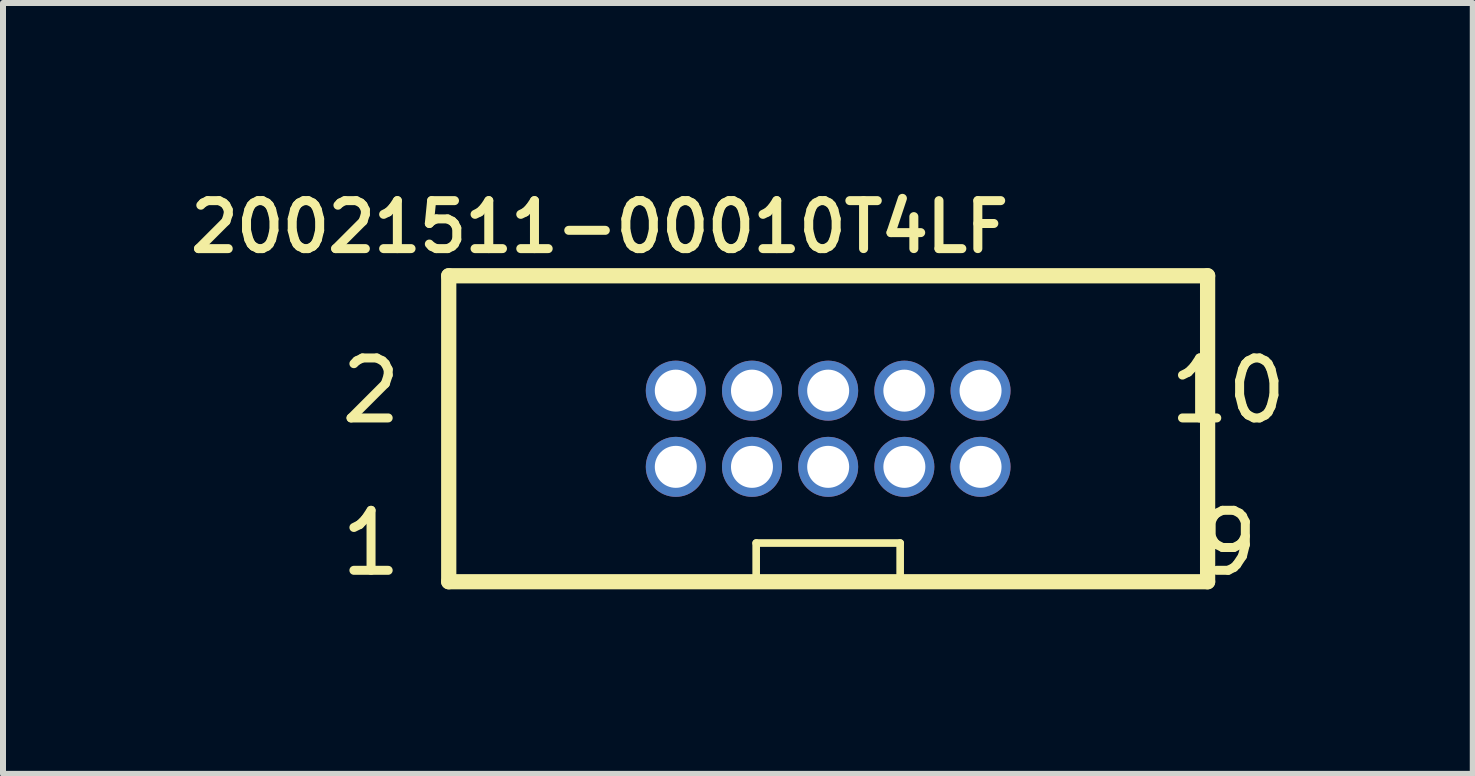
<source format=kicad_pcb>
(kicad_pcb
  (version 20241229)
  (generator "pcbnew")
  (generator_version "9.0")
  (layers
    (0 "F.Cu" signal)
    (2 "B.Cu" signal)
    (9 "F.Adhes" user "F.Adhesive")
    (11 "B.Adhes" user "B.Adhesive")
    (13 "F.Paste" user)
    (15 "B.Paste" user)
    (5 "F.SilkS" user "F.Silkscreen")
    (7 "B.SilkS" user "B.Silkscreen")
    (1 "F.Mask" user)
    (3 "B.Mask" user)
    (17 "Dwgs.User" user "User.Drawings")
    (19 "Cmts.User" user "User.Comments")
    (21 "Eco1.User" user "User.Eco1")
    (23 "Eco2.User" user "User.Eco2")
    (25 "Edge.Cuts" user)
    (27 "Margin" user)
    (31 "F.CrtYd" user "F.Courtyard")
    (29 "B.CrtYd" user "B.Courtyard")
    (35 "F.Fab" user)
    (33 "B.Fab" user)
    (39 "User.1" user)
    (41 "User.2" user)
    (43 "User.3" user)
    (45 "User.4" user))
  (footprint "20021511-00010T4LF"
    (layer "F.Cu")
    (at 10.755 4.097)
    (property "Reference" "20021511-00010T4LF" (at -3.81 -3.365 0) (layer "F.SilkS") (effects (font (size 0.8 0.8) (thickness 0.15))))
    (attr through_hole)
    (fp_line (start -6.325 2.55) (end -6.325 -2.55) (stroke (width 0.254) (type solid)) (layer "F.SilkS"))
    (fp_line (start -1.2 1.905) (end -1.2 2.54) (stroke (width 0.127) (type solid)) (layer "F.SilkS"))
    (fp_line (start -1.2 1.905) (end 1.2 1.905) (stroke (width 0.127) (type solid)) (layer "F.SilkS"))
    (fp_line (start -1.2 2.54) (end 1.2 2.54) (stroke (width 0.127) (type solid)) (layer "F.SilkS"))
    (fp_line (start 1.2 1.905) (end 1.2 2.54) (stroke (width 0.127) (type solid)) (layer "F.SilkS"))
    (fp_line (start 6.325 -2.55) (end -6.325 -2.55) (stroke (width 0.254) (type solid)) (layer "F.SilkS"))
    (fp_line (start 6.325 2.55) (end -6.325 2.55) (stroke (width 0.254) (type solid)) (layer "F.SilkS"))
    (fp_line (start 6.325 2.55) (end 6.325 -2.55) (stroke (width 0.254) (type solid)) (layer "F.SilkS"))
    (fp_poly (pts (xy -2.74 -0.835) (xy -2.34 -0.835) (xy -2.34 -0.435) (xy -2.74 -0.435)) (stroke (width 0.01) (type solid)) (fill no) (layer "F.Fab"))
    (fp_poly (pts (xy -2.74 0.435) (xy -2.34 0.435) (xy -2.34 0.835) (xy -2.74 0.835)) (stroke (width 0.01) (type solid)) (fill no) (layer "F.Fab"))
    (fp_poly (pts (xy -1.47 -0.835) (xy -1.07 -0.835) (xy -1.07 -0.435) (xy -1.47 -0.435)) (stroke (width 0.01) (type solid)) (fill no) (layer "F.Fab"))
    (fp_poly (pts (xy -1.47 0.435) (xy -1.07 0.435) (xy -1.07 0.835) (xy -1.47 0.835)) (stroke (width 0.01) (type solid)) (fill no) (layer "F.Fab"))
    (fp_poly (pts (xy -0.2 -0.835) (xy 0.2 -0.835) (xy 0.2 -0.435) (xy -0.2 -0.435)) (stroke (width 0.01) (type solid)) (fill no) (layer "F.Fab"))
    (fp_poly (pts (xy -0.2 0.435) (xy 0.2 0.435) (xy 0.2 0.835) (xy -0.2 0.835)) (stroke (width 0.01) (type solid)) (fill no) (layer "F.Fab"))
    (fp_poly (pts (xy 1.07 -0.835) (xy 1.47 -0.835) (xy 1.47 -0.435) (xy 1.07 -0.435)) (stroke (width 0.01) (type solid)) (fill no) (layer "F.Fab"))
    (fp_poly (pts (xy 1.07 0.435) (xy 1.47 0.435) (xy 1.47 0.835) (xy 1.07 0.835)) (stroke (width 0.01) (type solid)) (fill no) (layer "F.Fab"))
    (fp_poly (pts (xy 2.34 -0.835) (xy 2.74 -0.835) (xy 2.74 -0.435) (xy 2.34 -0.435)) (stroke (width 0.01) (type solid)) (fill no) (layer "F.Fab"))
    (fp_poly (pts (xy 2.34 0.435) (xy 2.74 0.435) (xy 2.74 0.835) (xy 2.34 0.835)) (stroke (width 0.01) (type solid)) (fill no) (layer "F.Fab"))
    (fp_text user "1" (at -7.62 1.905 0) (layer "F.SilkS") (effects (font (size 1 1) (thickness 0.15))))
    (fp_text user "10" (at 6.668 -0.635 0) (layer "F.SilkS") (effects (font (size 1 1) (thickness 0.15))))
    (fp_text user "9" (at 6.668 1.905 0) (layer "F.SilkS") (effects (font (size 1 1) (thickness 0.15))))
    (fp_text user "2" (at -7.62 -0.635 0) (layer "F.SilkS") (effects (font (size 1 1) (thickness 0.15))))
    (pad "1" thru_hole circle (at -2.54 0.635) (size 1 1) (drill 0.7) (layers "*.Cu" "*.Mask"))
    (pad "2" thru_hole circle (at -2.54 -0.635) (size 1 1) (drill 0.7) (layers "*.Cu" "*.Mask"))
    (pad "3" thru_hole circle (at -1.27 0.635) (size 1 1) (drill 0.7) (layers "*.Cu" "*.Mask"))
    (pad "4" thru_hole circle (at -1.27 -0.635) (size 1 1) (drill 0.7) (layers "*.Cu" "*.Mask"))
    (pad "5" thru_hole circle (at 0 0.635) (size 1 1) (drill 0.7) (layers "*.Cu" "*.Mask"))
    (pad "6" thru_hole circle (at 0 -0.635) (size 1 1) (drill 0.7) (layers "*.Cu" "*.Mask"))
    (pad "7" thru_hole circle (at 1.27 0.635) (size 1 1) (drill 0.7) (layers "*.Cu" "*.Mask"))
    (pad "8" thru_hole circle (at 1.27 -0.635) (size 1 1) (drill 0.7) (layers "*.Cu" "*.Mask"))
    (pad "9" thru_hole circle (at 2.54 0.635) (size 1 1) (drill 0.7) (layers "*.Cu" "*.Mask"))
    (pad "10" thru_hole circle (at 2.54 -0.635) (size 1 1) (drill 0.7) (layers "*.Cu" "*.Mask")))
  (gr_rect
    (start -3 -3)
    (end 21.5 9.85)
    (stroke (width 0.1) (type default))
    (fill no)
    (layer "Edge.Cuts")))
</source>
